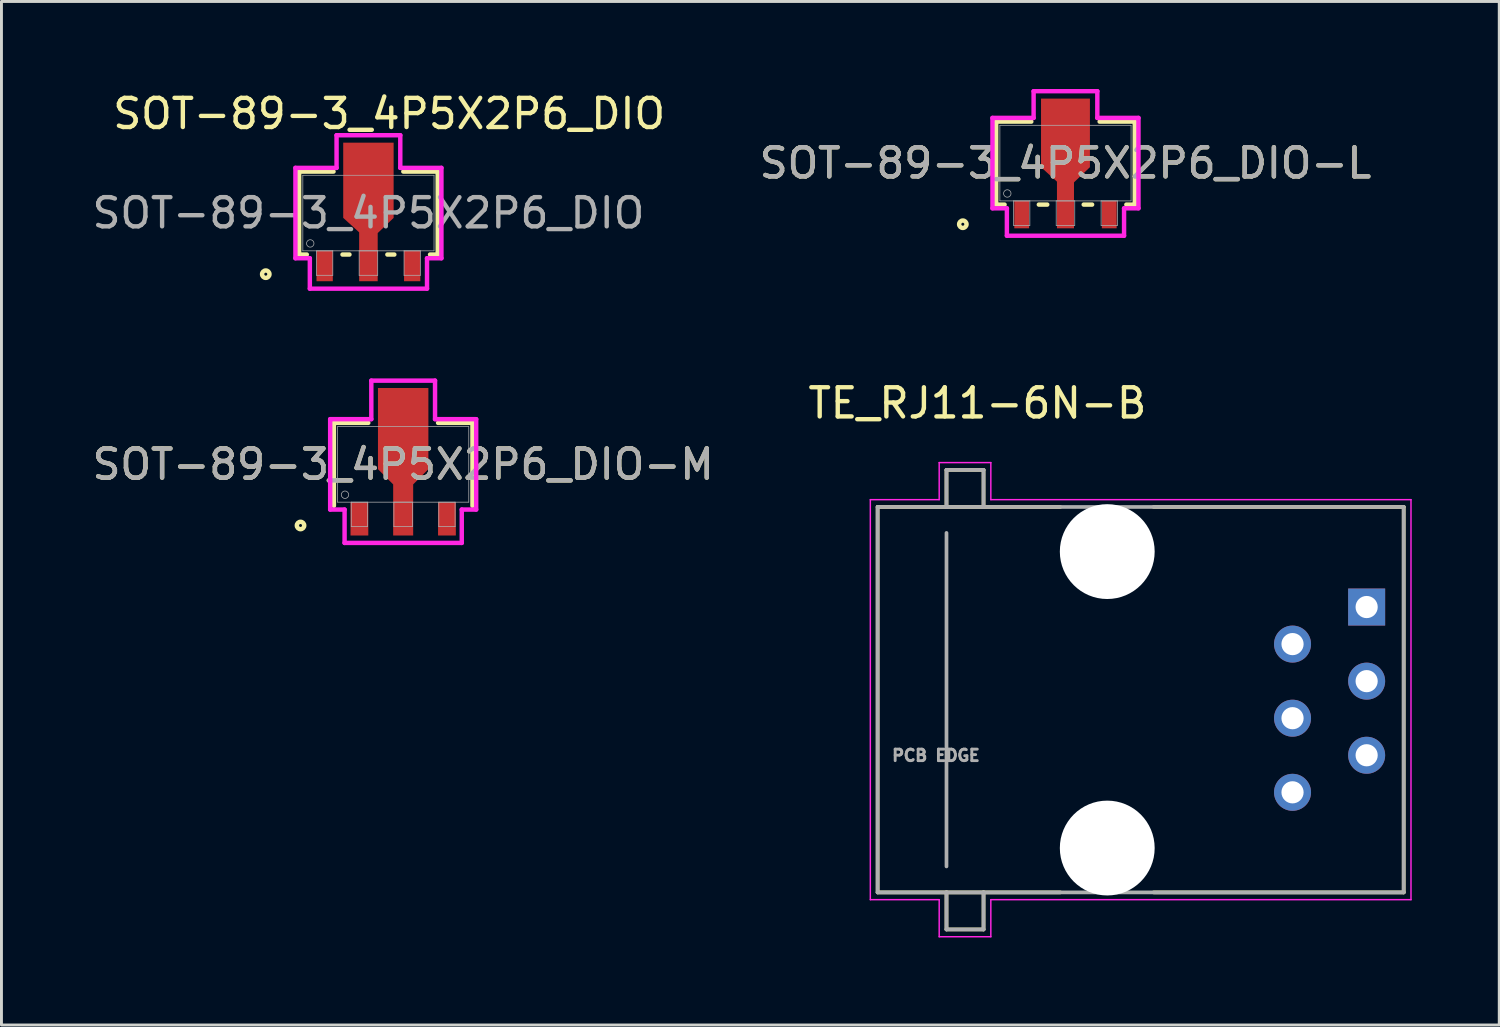
<source format=kicad_pcb>
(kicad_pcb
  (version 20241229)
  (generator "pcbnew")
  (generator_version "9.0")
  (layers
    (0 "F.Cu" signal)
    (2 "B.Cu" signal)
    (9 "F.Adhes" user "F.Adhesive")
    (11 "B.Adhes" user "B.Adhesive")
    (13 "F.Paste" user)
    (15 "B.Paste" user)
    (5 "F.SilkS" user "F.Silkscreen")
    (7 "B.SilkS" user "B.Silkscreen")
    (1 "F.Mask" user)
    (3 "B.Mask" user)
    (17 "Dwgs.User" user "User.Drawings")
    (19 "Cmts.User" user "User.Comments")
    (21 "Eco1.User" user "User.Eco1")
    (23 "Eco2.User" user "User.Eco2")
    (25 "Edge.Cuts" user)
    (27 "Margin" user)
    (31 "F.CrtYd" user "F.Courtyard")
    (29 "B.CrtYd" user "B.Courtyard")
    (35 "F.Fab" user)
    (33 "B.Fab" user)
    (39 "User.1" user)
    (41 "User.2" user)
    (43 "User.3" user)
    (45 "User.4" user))
  (footprint "SOT-89-3_4P5X2P6_DIO-L"
    (layer "F.Cu")
    (at 33.467 2.54)
    (property "Reference" "SOT-89-3_4P5X2P6_DIO-L" (at 0 0 0) (unlocked yes) (layer "F.SilkS") (effects (font (size 1 1) (thickness 0.15))))
    (attr smd)
    (fp_poly (pts (xy -0.292 1.295) (xy -0.292 0.635) (xy -0.838 0.14) (xy -0.838 -2.21) (xy 0.838 -2.21) (xy 0.838 0.14) (xy 0.292 0.66) (xy 0.292 1.295)) (stroke (width 0) (type solid)) (fill yes) (layer "F.Cu"))
    (fp_poly (pts (xy -0.292 1.27) (xy -0.292 0.635) (xy -0.813 0.114) (xy -0.813 -2.159) (xy 0.813 -2.159) (xy 0.813 0.114) (xy 0.292 0.635) (xy 0.292 1.27)) (stroke (width 0) (type solid)) (fill yes) (layer "F.Mask"))
    (fp_line (start -2.375 -1.422) (end -2.375 1.422) (stroke (width 0.152) (type solid)) (layer "F.SilkS"))
    (fp_line (start -2.375 1.422) (end -2.087 1.422) (stroke (width 0.152) (type solid)) (layer "F.SilkS"))
    (fp_line (start -1.171 -1.422) (end -2.375 -1.422) (stroke (width 0.152) (type solid)) (layer "F.SilkS"))
    (fp_line (start -0.913 1.422) (end -0.625 1.422) (stroke (width 0.152) (type solid)) (layer "F.SilkS"))
    (fp_line (start 0.625 1.422) (end 0.913 1.422) (stroke (width 0.152) (type solid)) (layer "F.SilkS"))
    (fp_line (start 2.087 1.422) (end 2.375 1.422) (stroke (width 0.152) (type solid)) (layer "F.SilkS"))
    (fp_line (start 2.375 -1.422) (end 1.171 -1.422) (stroke (width 0.152) (type solid)) (layer "F.SilkS"))
    (fp_line (start 2.375 1.422) (end 2.375 -1.422) (stroke (width 0.152) (type solid)) (layer "F.SilkS"))
    (fp_circle (center -3.518 2.095) (end -3.391 2.095) (stroke (width 0.152) (type solid)) (fill no) (layer "F.SilkS"))
    (fp_poly (pts (xy -0.292 1.27) (xy -0.292 0.635) (xy -0.813 0.114) (xy -0.813 -2.159) (xy 0.813 -2.159) (xy 0.813 0.114) (xy 0.292 0.635) (xy 0.292 1.27)) (stroke (width 0) (type solid)) (fill yes) (layer "F.Paste"))
    (fp_line (start -2.502 -1.549) (end -1.092 -1.549) (stroke (width 0.152) (type solid)) (layer "F.CrtYd"))
    (fp_line (start -2.502 1.549) (end -2.502 -1.549) (stroke (width 0.152) (type solid)) (layer "F.CrtYd"))
    (fp_line (start -2.008 1.549) (end -2.502 1.549) (stroke (width 0.152) (type solid)) (layer "F.CrtYd"))
    (fp_line (start -2.008 2.489) (end -2.008 1.549) (stroke (width 0.152) (type solid)) (layer "F.CrtYd"))
    (fp_line (start -1.092 -2.464) (end 1.092 -2.464) (stroke (width 0.152) (type solid)) (layer "F.CrtYd"))
    (fp_line (start -1.092 -1.549) (end -1.092 -2.464) (stroke (width 0.152) (type solid)) (layer "F.CrtYd"))
    (fp_line (start 1.092 -2.464) (end 1.092 -1.549) (stroke (width 0.152) (type solid)) (layer "F.CrtYd"))
    (fp_line (start 1.092 -1.549) (end 2.502 -1.549) (stroke (width 0.152) (type solid)) (layer "F.CrtYd"))
    (fp_line (start 2.008 1.549) (end 2.008 2.489) (stroke (width 0.152) (type solid)) (layer "F.CrtYd"))
    (fp_line (start 2.008 2.489) (end -2.008 2.489) (stroke (width 0.152) (type solid)) (layer "F.CrtYd"))
    (fp_line (start 2.502 -1.549) (end 2.502 1.549) (stroke (width 0.152) (type solid)) (layer "F.CrtYd"))
    (fp_line (start 2.502 1.549) (end 2.008 1.549) (stroke (width 0.152) (type solid)) (layer "F.CrtYd"))
    (fp_line (start -2.248 -1.295) (end -2.248 1.295) (stroke (width 0.025) (type solid)) (layer "F.Fab"))
    (fp_line (start -2.248 1.295) (end 2.248 1.295) (stroke (width 0.025) (type solid)) (layer "F.Fab"))
    (fp_line (start -1.779 1.295) (end -1.779 2.134) (stroke (width 0.025) (type solid)) (layer "F.Fab"))
    (fp_line (start -1.779 2.134) (end -1.221 2.134) (stroke (width 0.025) (type solid)) (layer "F.Fab"))
    (fp_line (start -1.221 1.295) (end -1.779 1.295) (stroke (width 0.025) (type solid)) (layer "F.Fab"))
    (fp_line (start -1.221 2.134) (end -1.221 1.295) (stroke (width 0.025) (type solid)) (layer "F.Fab"))
    (fp_line (start -0.318 1.295) (end -0.318 2.134) (stroke (width 0.025) (type solid)) (layer "F.Fab"))
    (fp_line (start -0.318 2.134) (end 0.318 2.134) (stroke (width 0.025) (type solid)) (layer "F.Fab"))
    (fp_line (start 0.318 1.295) (end -0.318 1.295) (stroke (width 0.025) (type solid)) (layer "F.Fab"))
    (fp_line (start 0.318 2.134) (end 0.318 1.295) (stroke (width 0.025) (type solid)) (layer "F.Fab"))
    (fp_line (start 1.221 1.295) (end 1.221 2.134) (stroke (width 0.025) (type solid)) (layer "F.Fab"))
    (fp_line (start 1.221 2.134) (end 1.779 2.134) (stroke (width 0.025) (type solid)) (layer "F.Fab"))
    (fp_line (start 1.779 1.295) (end 1.221 1.295) (stroke (width 0.025) (type solid)) (layer "F.Fab"))
    (fp_line (start 1.779 2.134) (end 1.779 1.295) (stroke (width 0.025) (type solid)) (layer "F.Fab"))
    (fp_line (start 2.248 -1.295) (end -2.248 -1.295) (stroke (width 0.025) (type solid)) (layer "F.Fab"))
    (fp_line (start 2.248 1.295) (end 2.248 -1.295) (stroke (width 0.025) (type solid)) (layer "F.Fab"))
    (fp_circle (center -1.994 1.041) (end -1.867 1.041) (stroke (width 0.025) (type solid)) (fill no) (layer "F.Fab"))
    (fp_text user "${REFERENCE}" (at 0 0 0) (unlocked yes) (layer "F.Fab") (effects (font (size 1 1) (thickness 0.15))))
    (pad "1" smd rect (at -1.5 1.765) (size 0.508 0.94) (layers "F.Cu" "F.Mask" "F.Paste"))
    (pad "2" smd rect (at 0 1.765) (size 0.584 0.94) (layers "F.Cu" "F.Mask" "F.Paste"))
    (pad "3" smd rect (at 1.5 1.765) (size 0.508 0.94) (layers "F.Cu" "F.Mask" "F.Paste")))
  (footprint "TE_RJ11-6N-B"
    (layer "F.Cu")
    (at 43.789 17.755)
    (property "Reference" "TE_RJ11-6N-B" (at -13.341 -6.988 0) (layer "F.SilkS") (effects (font (size 1 1) (thickness 0.15))))
    (attr through_hole)
    (fp_line (start -16.76 -3.43) (end -14.4 -3.43) (stroke (width 0.127) (type solid)) (layer "F.SilkS"))
    (fp_line (start -16.76 9.78) (end -16.76 -3.43) (stroke (width 0.127) (type solid)) (layer "F.SilkS"))
    (fp_line (start -14.4 -4.7) (end -13.13 -4.7) (stroke (width 0.127) (type solid)) (layer "F.SilkS"))
    (fp_line (start -14.4 -3.43) (end -14.4 -4.7) (stroke (width 0.127) (type solid)) (layer "F.SilkS"))
    (fp_line (start -14.4 -3.43) (end -13.13 -3.43) (stroke (width 0.127) (type solid)) (layer "F.SilkS"))
    (fp_line (start -14.4 9.78) (end -16.76 9.78) (stroke (width 0.127) (type solid)) (layer "F.SilkS"))
    (fp_line (start -14.4 11.05) (end -14.4 9.78) (stroke (width 0.127) (type solid)) (layer "F.SilkS"))
    (fp_line (start -13.13 -4.7) (end -13.13 -3.43) (stroke (width 0.127) (type solid)) (layer "F.SilkS"))
    (fp_line (start -13.13 -3.43) (end -10.5 -3.43) (stroke (width 0.127) (type solid)) (layer "F.SilkS"))
    (fp_line (start -13.13 9.78) (end -14.4 9.78) (stroke (width 0.127) (type solid)) (layer "F.SilkS"))
    (fp_line (start -13.13 9.78) (end -13.13 11.05) (stroke (width 0.127) (type solid)) (layer "F.SilkS"))
    (fp_line (start -13.13 9.78) (end -10.5 9.78) (stroke (width 0.127) (type solid)) (layer "F.SilkS"))
    (fp_line (start -13.13 11.05) (end -14.4 11.05) (stroke (width 0.127) (type solid)) (layer "F.SilkS"))
    (fp_line (start 1.27 -3.43) (end -7.3 -3.43) (stroke (width 0.127) (type solid)) (layer "F.SilkS"))
    (fp_line (start 1.27 -3.43) (end 1.27 9.78) (stroke (width 0.127) (type solid)) (layer "F.SilkS"))
    (fp_line (start 1.27 9.78) (end -7.3 9.78) (stroke (width 0.127) (type solid)) (layer "F.SilkS"))
    (fp_line (start -17.01 -3.68) (end -14.65 -3.68) (stroke (width 0.05) (type solid)) (layer "F.CrtYd"))
    (fp_line (start -17.01 10.03) (end -17.01 -3.68) (stroke (width 0.05) (type solid)) (layer "F.CrtYd"))
    (fp_line (start -14.65 -4.95) (end -12.88 -4.95) (stroke (width 0.05) (type solid)) (layer "F.CrtYd"))
    (fp_line (start -14.65 -3.68) (end -14.65 -4.95) (stroke (width 0.05) (type solid)) (layer "F.CrtYd"))
    (fp_line (start -14.65 10.03) (end -17.01 10.03) (stroke (width 0.05) (type solid)) (layer "F.CrtYd"))
    (fp_line (start -14.65 11.3) (end -14.65 10.03) (stroke (width 0.05) (type solid)) (layer "F.CrtYd"))
    (fp_line (start -12.88 -4.95) (end -12.88 -3.68) (stroke (width 0.05) (type solid)) (layer "F.CrtYd"))
    (fp_line (start -12.88 -3.68) (end 1.52 -3.68) (stroke (width 0.05) (type solid)) (layer "F.CrtYd"))
    (fp_line (start -12.88 10.03) (end -12.88 11.3) (stroke (width 0.05) (type solid)) (layer "F.CrtYd"))
    (fp_line (start -12.88 11.3) (end -14.65 11.3) (stroke (width 0.05) (type solid)) (layer "F.CrtYd"))
    (fp_line (start 1.52 -3.68) (end 1.52 10.03) (stroke (width 0.05) (type solid)) (layer "F.CrtYd"))
    (fp_line (start 1.52 10.03) (end -12.88 10.03) (stroke (width 0.05) (type solid)) (layer "F.CrtYd"))
    (fp_line (start -16.76 -3.43) (end -14.4 -3.43) (stroke (width 0.127) (type solid)) (layer "F.Fab"))
    (fp_line (start -16.76 9.78) (end -16.76 -3.43) (stroke (width 0.127) (type solid)) (layer "F.Fab"))
    (fp_line (start -14.4 -4.7) (end -13.13 -4.7) (stroke (width 0.127) (type solid)) (layer "F.Fab"))
    (fp_line (start -14.4 -3.43) (end -14.4 -4.7) (stroke (width 0.127) (type solid)) (layer "F.Fab"))
    (fp_line (start -14.4 -3.43) (end -13.13 -3.43) (stroke (width 0.127) (type solid)) (layer "F.Fab"))
    (fp_line (start -14.4 -2.54) (end -14.4 8.89) (stroke (width 0.127) (type solid)) (layer "F.Fab"))
    (fp_line (start -14.4 9.78) (end -16.76 9.78) (stroke (width 0.127) (type solid)) (layer "F.Fab"))
    (fp_line (start -14.4 11.05) (end -14.4 9.78) (stroke (width 0.127) (type solid)) (layer "F.Fab"))
    (fp_line (start -13.13 -4.7) (end -13.13 -3.43) (stroke (width 0.127) (type solid)) (layer "F.Fab"))
    (fp_line (start -13.13 -3.43) (end 1.27 -3.43) (stroke (width 0.127) (type solid)) (layer "F.Fab"))
    (fp_line (start -13.13 9.78) (end -14.4 9.78) (stroke (width 0.127) (type solid)) (layer "F.Fab"))
    (fp_line (start -13.13 9.78) (end -13.13 11.05) (stroke (width 0.127) (type solid)) (layer "F.Fab"))
    (fp_line (start -13.13 11.05) (end -14.4 11.05) (stroke (width 0.127) (type solid)) (layer "F.Fab"))
    (fp_line (start 1.27 -3.43) (end 1.27 9.78) (stroke (width 0.127) (type solid)) (layer "F.Fab"))
    (fp_line (start 1.27 9.78) (end -13.13 9.78) (stroke (width 0.127) (type solid)) (layer "F.Fab"))
    (fp_text user "PCB EDGE" (at -14.761 5.087 0) (layer "F.Fab") (effects (font (size 0.394 0.394) (thickness 0.15))))
    (pad "" np_thru_hole circle (at -8.89 -1.9) (size 3.25 3.25) (drill 3.25) (layers "*.Cu" "*.Mask"))
    (pad "" np_thru_hole circle (at -8.89 8.26) (size 3.25 3.25) (drill 3.25) (layers "*.Cu" "*.Mask"))
    (pad "1" thru_hole rect (at 0 0) (size 1.268 1.268) (drill 0.76) (layers "*.Cu" "*.Mask"))
    (pad "2" thru_hole circle (at -2.54 1.27) (size 1.268 1.268) (drill 0.76) (layers "*.Cu" "*.Mask"))
    (pad "3" thru_hole circle (at 0 2.54) (size 1.268 1.268) (drill 0.76) (layers "*.Cu" "*.Mask"))
    (pad "4" thru_hole circle (at -2.54 3.81) (size 1.268 1.268) (drill 0.76) (layers "*.Cu" "*.Mask"))
    (pad "5" thru_hole circle (at 0 5.08) (size 1.268 1.268) (drill 0.76) (layers "*.Cu" "*.Mask"))
    (pad "6" thru_hole circle (at -2.54 6.35) (size 1.268 1.268) (drill 0.76) (layers "*.Cu" "*.Mask")))
  (footprint "SOT-89-3_4P5X2P6_DIO-M"
    (layer "F.Cu")
    (at 10.768 12.865)
    (property "Reference" "SOT-89-3_4P5X2P6_DIO-M" (at 0 0 0) (unlocked yes) (layer "F.SilkS") (effects (font (size 1 1) (thickness 0.15))))
    (attr smd)
    (fp_poly (pts (xy -0.343 1.295) (xy -0.343 0.686) (xy -0.864 0.165) (xy -0.864 -2.616) (xy 0.864 -2.616) (xy 0.864 0.165) (xy 0.343 0.686) (xy 0.343 1.295)) (stroke (width 0) (type solid)) (fill yes) (layer "F.Cu"))
    (fp_poly (pts (xy -0.343 1.321) (xy -0.343 0.686) (xy -0.864 0.165) (xy -0.864 -2.362) (xy 0.864 -2.362) (xy 0.864 0.165) (xy 0.343 0.686) (xy 0.343 1.321)) (stroke (width 0) (type solid)) (fill yes) (layer "F.Mask"))
    (fp_line (start -2.375 -1.422) (end -2.375 1.422) (stroke (width 0.152) (type solid)) (layer "F.SilkS"))
    (fp_line (start -1.196 -1.422) (end -2.375 -1.422) (stroke (width 0.152) (type solid)) (layer "F.SilkS"))
    (fp_line (start 2.375 -1.422) (end 1.196 -1.422) (stroke (width 0.152) (type solid)) (layer "F.SilkS"))
    (fp_line (start 2.375 1.422) (end 2.375 -1.422) (stroke (width 0.152) (type solid)) (layer "F.SilkS"))
    (fp_circle (center -3.518 2.095) (end -3.391 2.095) (stroke (width 0.152) (type solid)) (fill no) (layer "F.SilkS"))
    (fp_poly (pts (xy -0.343 1.321) (xy -0.343 0.686) (xy -0.864 0.165) (xy -0.864 -2.362) (xy 0.864 -2.362) (xy 0.864 0.165) (xy 0.343 0.686) (xy 0.343 1.321)) (stroke (width 0) (type solid)) (fill yes) (layer "F.Paste"))
    (fp_line (start -2.502 -1.549) (end -1.092 -1.549) (stroke (width 0.152) (type solid)) (layer "F.CrtYd"))
    (fp_line (start -2.502 1.549) (end -2.502 -1.549) (stroke (width 0.152) (type solid)) (layer "F.CrtYd"))
    (fp_line (start -2.008 1.549) (end -2.502 1.549) (stroke (width 0.152) (type solid)) (layer "F.CrtYd"))
    (fp_line (start -2.008 2.692) (end -2.008 1.549) (stroke (width 0.152) (type solid)) (layer "F.CrtYd"))
    (fp_line (start -1.092 -2.87) (end 1.092 -2.87) (stroke (width 0.152) (type solid)) (layer "F.CrtYd"))
    (fp_line (start -1.092 -1.549) (end -1.092 -2.87) (stroke (width 0.152) (type solid)) (layer "F.CrtYd"))
    (fp_line (start 1.092 -2.87) (end 1.092 -1.549) (stroke (width 0.152) (type solid)) (layer "F.CrtYd"))
    (fp_line (start 1.092 -1.549) (end 2.502 -1.549) (stroke (width 0.152) (type solid)) (layer "F.CrtYd"))
    (fp_line (start 2.008 1.549) (end 2.008 2.692) (stroke (width 0.152) (type solid)) (layer "F.CrtYd"))
    (fp_line (start 2.008 2.692) (end -2.008 2.692) (stroke (width 0.152) (type solid)) (layer "F.CrtYd"))
    (fp_line (start 2.502 -1.549) (end 2.502 1.549) (stroke (width 0.152) (type solid)) (layer "F.CrtYd"))
    (fp_line (start 2.502 1.549) (end 2.008 1.549) (stroke (width 0.152) (type solid)) (layer "F.CrtYd"))
    (fp_line (start -2.248 -1.295) (end -2.248 1.295) (stroke (width 0.025) (type solid)) (layer "F.Fab"))
    (fp_line (start -2.248 1.295) (end 2.248 1.295) (stroke (width 0.025) (type solid)) (layer "F.Fab"))
    (fp_line (start -1.779 1.295) (end -1.779 2.134) (stroke (width 0.025) (type solid)) (layer "F.Fab"))
    (fp_line (start -1.779 2.134) (end -1.221 2.134) (stroke (width 0.025) (type solid)) (layer "F.Fab"))
    (fp_line (start -1.221 1.295) (end -1.779 1.295) (stroke (width 0.025) (type solid)) (layer "F.Fab"))
    (fp_line (start -1.221 2.134) (end -1.221 1.295) (stroke (width 0.025) (type solid)) (layer "F.Fab"))
    (fp_line (start -0.318 1.295) (end -0.318 2.134) (stroke (width 0.025) (type solid)) (layer "F.Fab"))
    (fp_line (start -0.318 2.134) (end 0.318 2.134) (stroke (width 0.025) (type solid)) (layer "F.Fab"))
    (fp_line (start 0.318 1.295) (end -0.318 1.295) (stroke (width 0.025) (type solid)) (layer "F.Fab"))
    (fp_line (start 0.318 2.134) (end 0.318 1.295) (stroke (width 0.025) (type solid)) (layer "F.Fab"))
    (fp_line (start 1.221 1.295) (end 1.221 2.134) (stroke (width 0.025) (type solid)) (layer "F.Fab"))
    (fp_line (start 1.221 2.134) (end 1.779 2.134) (stroke (width 0.025) (type solid)) (layer "F.Fab"))
    (fp_line (start 1.779 1.295) (end 1.221 1.295) (stroke (width 0.025) (type solid)) (layer "F.Fab"))
    (fp_line (start 1.779 2.134) (end 1.779 1.295) (stroke (width 0.025) (type solid)) (layer "F.Fab"))
    (fp_line (start 2.248 -1.295) (end -2.248 -1.295) (stroke (width 0.025) (type solid)) (layer "F.Fab"))
    (fp_line (start 2.248 1.295) (end 2.248 -1.295) (stroke (width 0.025) (type solid)) (layer "F.Fab"))
    (fp_circle (center -1.994 1.041) (end -1.867 1.041) (stroke (width 0.025) (type solid)) (fill no) (layer "F.Fab"))
    (fp_text user "${REFERENCE}" (at 0 0 0) (unlocked yes) (layer "F.Fab") (effects (font (size 1 1) (thickness 0.15))))
    (pad "1" smd rect (at -1.5 1.867) (size 0.61 1.143) (layers "F.Cu" "F.Mask" "F.Paste"))
    (pad "2" smd rect (at 0 1.867) (size 0.686 1.143) (layers "F.Cu" "F.Mask" "F.Paste"))
    (pad "3" smd rect (at 1.5 1.867) (size 0.61 1.143) (layers "F.Cu" "F.Mask" "F.Paste")))
  (footprint "SOT-89-3_4P5X2P6_DIO"
    (layer "F.Cu")
    (at 9.577 4.252)
    (property "Reference" "SOT-89-3_4P5X2P6_DIO" (at 0.711 -3.404 0) (unlocked yes) (layer "F.SilkS") (effects (font (size 1 1) (thickness 0.15))))
    (attr smd)
    (fp_poly (pts (xy -0.318 1.295) (xy -0.318 0.66) (xy -0.864 0.165) (xy -0.864 -2.413) (xy 0.864 -2.413) (xy 0.864 0.165) (xy 0.318 0.686) (xy 0.318 1.295)) (stroke (width 0) (type solid)) (fill yes) (layer "F.Cu"))
    (fp_poly (pts (xy -0.318 1.295) (xy -0.318 0.66) (xy -0.838 0.14) (xy -0.838 -2.261) (xy 0.838 -2.261) (xy 0.838 0.14) (xy 0.318 0.66) (xy 0.318 1.295)) (stroke (width 0) (type solid)) (fill yes) (layer "F.Mask"))
    (fp_line (start -2.375 -1.422) (end -2.375 1.422) (stroke (width 0.152) (type solid)) (layer "F.SilkS"))
    (fp_line (start -2.375 1.422) (end -2.112 1.422) (stroke (width 0.152) (type solid)) (layer "F.SilkS"))
    (fp_line (start -1.196 -1.422) (end -2.375 -1.422) (stroke (width 0.152) (type solid)) (layer "F.SilkS"))
    (fp_line (start -0.888 1.422) (end -0.65 1.422) (stroke (width 0.152) (type solid)) (layer "F.SilkS"))
    (fp_line (start 0.65 1.422) (end 0.888 1.422) (stroke (width 0.152) (type solid)) (layer "F.SilkS"))
    (fp_line (start 2.112 1.422) (end 2.375 1.422) (stroke (width 0.152) (type solid)) (layer "F.SilkS"))
    (fp_line (start 2.375 -1.422) (end 1.196 -1.422) (stroke (width 0.152) (type solid)) (layer "F.SilkS"))
    (fp_line (start 2.375 1.422) (end 2.375 -1.422) (stroke (width 0.152) (type solid)) (layer "F.SilkS"))
    (fp_circle (center -3.518 2.095) (end -3.391 2.095) (stroke (width 0.152) (type solid)) (fill no) (layer "F.SilkS"))
    (fp_poly (pts (xy -0.318 1.295) (xy -0.318 0.66) (xy -0.838 0.14) (xy -0.838 -2.261) (xy 0.838 -2.261) (xy 0.838 0.14) (xy 0.318 0.66) (xy 0.318 1.295)) (stroke (width 0) (type solid)) (fill yes) (layer "F.Paste"))
    (fp_line (start -2.502 -1.549) (end -1.092 -1.549) (stroke (width 0.152) (type solid)) (layer "F.CrtYd"))
    (fp_line (start -2.502 1.549) (end -2.502 -1.549) (stroke (width 0.152) (type solid)) (layer "F.CrtYd"))
    (fp_line (start -2.008 1.549) (end -2.502 1.549) (stroke (width 0.152) (type solid)) (layer "F.CrtYd"))
    (fp_line (start -2.008 2.591) (end -2.008 1.549) (stroke (width 0.152) (type solid)) (layer "F.CrtYd"))
    (fp_line (start -1.092 -2.667) (end 1.092 -2.667) (stroke (width 0.152) (type solid)) (layer "F.CrtYd"))
    (fp_line (start -1.092 -1.549) (end -1.092 -2.667) (stroke (width 0.152) (type solid)) (layer "F.CrtYd"))
    (fp_line (start 1.092 -2.667) (end 1.092 -1.549) (stroke (width 0.152) (type solid)) (layer "F.CrtYd"))
    (fp_line (start 1.092 -1.549) (end 2.502 -1.549) (stroke (width 0.152) (type solid)) (layer "F.CrtYd"))
    (fp_line (start 2.008 1.549) (end 2.008 2.591) (stroke (width 0.152) (type solid)) (layer "F.CrtYd"))
    (fp_line (start 2.008 2.591) (end -2.008 2.591) (stroke (width 0.152) (type solid)) (layer "F.CrtYd"))
    (fp_line (start 2.502 -1.549) (end 2.502 1.549) (stroke (width 0.152) (type solid)) (layer "F.CrtYd"))
    (fp_line (start 2.502 1.549) (end 2.008 1.549) (stroke (width 0.152) (type solid)) (layer "F.CrtYd"))
    (fp_line (start -2.248 -1.295) (end -2.248 1.295) (stroke (width 0.025) (type solid)) (layer "F.Fab"))
    (fp_line (start -2.248 1.295) (end 2.248 1.295) (stroke (width 0.025) (type solid)) (layer "F.Fab"))
    (fp_line (start -1.779 1.295) (end -1.779 2.134) (stroke (width 0.025) (type solid)) (layer "F.Fab"))
    (fp_line (start -1.779 2.134) (end -1.221 2.134) (stroke (width 0.025) (type solid)) (layer "F.Fab"))
    (fp_line (start -1.221 1.295) (end -1.779 1.295) (stroke (width 0.025) (type solid)) (layer "F.Fab"))
    (fp_line (start -1.221 2.134) (end -1.221 1.295) (stroke (width 0.025) (type solid)) (layer "F.Fab"))
    (fp_line (start -0.318 1.295) (end -0.318 2.134) (stroke (width 0.025) (type solid)) (layer "F.Fab"))
    (fp_line (start -0.318 2.134) (end 0.318 2.134) (stroke (width 0.025) (type solid)) (layer "F.Fab"))
    (fp_line (start 0.318 1.295) (end -0.318 1.295) (stroke (width 0.025) (type solid)) (layer "F.Fab"))
    (fp_line (start 0.318 2.134) (end 0.318 1.295) (stroke (width 0.025) (type solid)) (layer "F.Fab"))
    (fp_line (start 1.221 1.295) (end 1.221 2.134) (stroke (width 0.025) (type solid)) (layer "F.Fab"))
    (fp_line (start 1.221 2.134) (end 1.779 2.134) (stroke (width 0.025) (type solid)) (layer "F.Fab"))
    (fp_line (start 1.779 1.295) (end 1.221 1.295) (stroke (width 0.025) (type solid)) (layer "F.Fab"))
    (fp_line (start 1.779 2.134) (end 1.779 1.295) (stroke (width 0.025) (type solid)) (layer "F.Fab"))
    (fp_line (start 2.248 -1.295) (end -2.248 -1.295) (stroke (width 0.025) (type solid)) (layer "F.Fab"))
    (fp_line (start 2.248 1.295) (end 2.248 -1.295) (stroke (width 0.025) (type solid)) (layer "F.Fab"))
    (fp_circle (center -1.994 1.041) (end -1.867 1.041) (stroke (width 0.025) (type solid)) (fill no) (layer "F.Fab"))
    (fp_text user "${REFERENCE}" (at 0 0 0) (unlocked yes) (layer "F.Fab") (effects (font (size 1 1) (thickness 0.15))))
    (pad "1" smd rect (at -1.5 1.816) (size 0.559 1.041) (layers "F.Cu" "F.Mask" "F.Paste"))
    (pad "2" smd rect (at 0 1.816) (size 0.635 1.041) (layers "F.Cu" "F.Mask" "F.Paste"))
    (pad "3" smd rect (at 1.5 1.816) (size 0.559 1.041) (layers "F.Cu" "F.Mask" "F.Paste")))
  (gr_rect
    (start -3 -3)
    (end 48.334 32.08)
    (stroke (width 0.1) (type default))
    (fill no)
    (layer "Edge.Cuts")))
</source>
